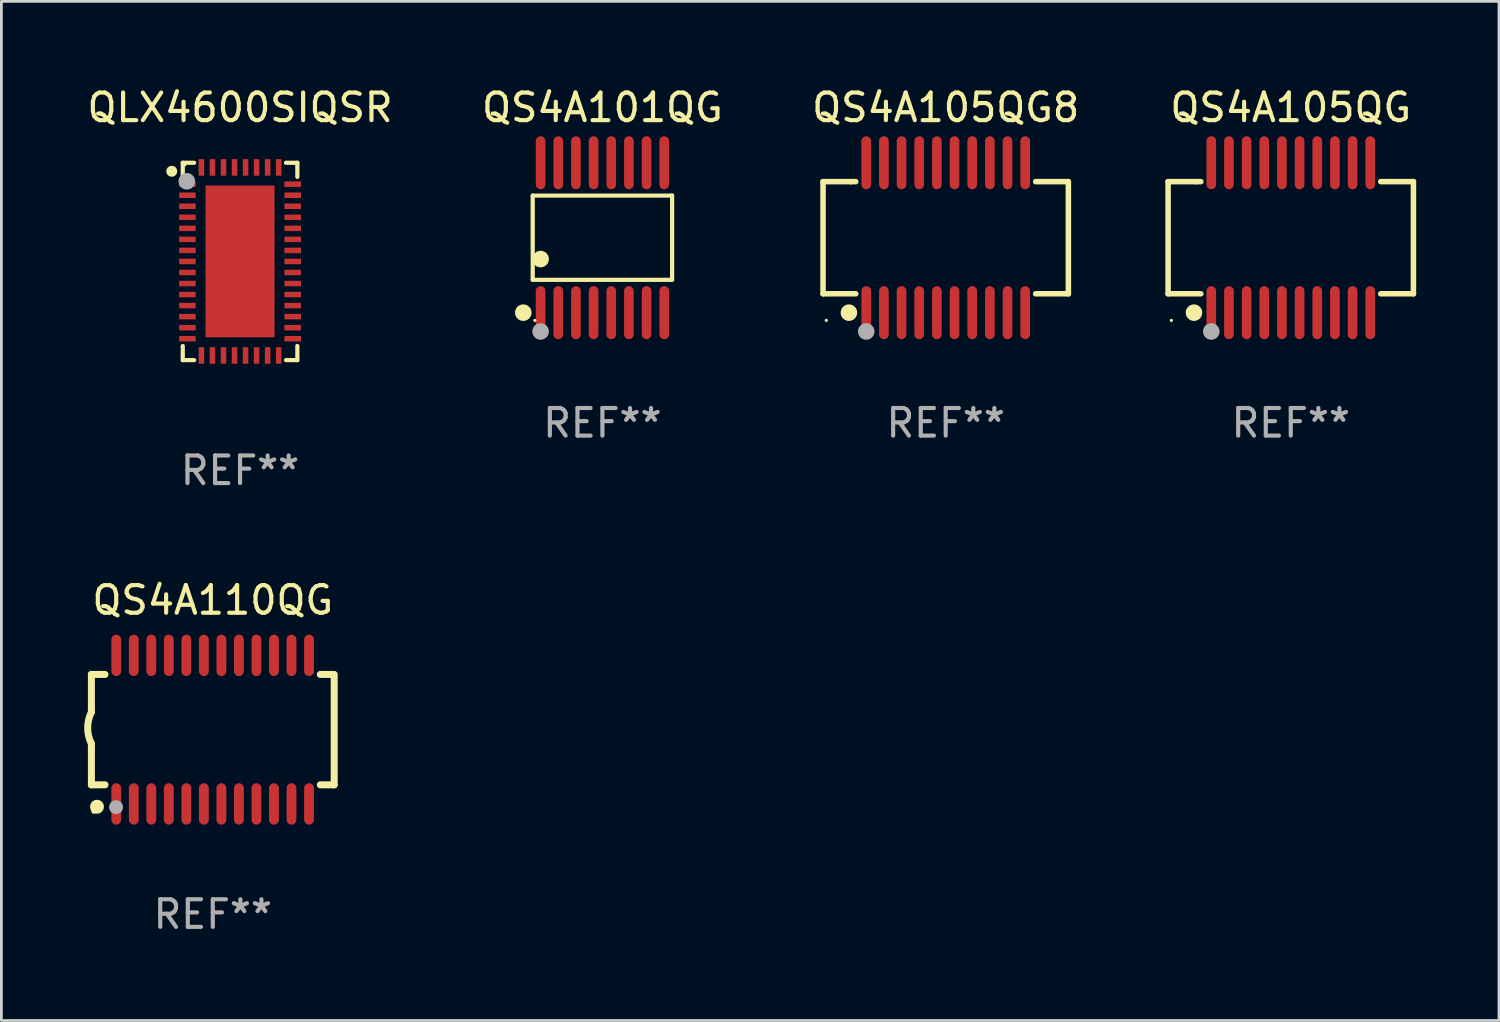
<source format=kicad_pcb>
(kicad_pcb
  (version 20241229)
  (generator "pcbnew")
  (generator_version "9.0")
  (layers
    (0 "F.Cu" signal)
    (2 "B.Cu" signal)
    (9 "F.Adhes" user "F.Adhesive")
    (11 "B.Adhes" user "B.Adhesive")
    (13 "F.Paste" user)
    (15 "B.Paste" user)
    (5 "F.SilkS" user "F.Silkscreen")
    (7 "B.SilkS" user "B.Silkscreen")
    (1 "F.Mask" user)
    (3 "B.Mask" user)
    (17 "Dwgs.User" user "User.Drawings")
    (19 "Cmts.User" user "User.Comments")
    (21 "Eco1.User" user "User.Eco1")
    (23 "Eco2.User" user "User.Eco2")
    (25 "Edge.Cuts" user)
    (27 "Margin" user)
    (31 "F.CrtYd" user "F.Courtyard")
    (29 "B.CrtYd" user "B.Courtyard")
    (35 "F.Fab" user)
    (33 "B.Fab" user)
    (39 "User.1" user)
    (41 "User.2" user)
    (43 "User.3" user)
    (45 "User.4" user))
  (footprint "QS4A105QG"
    (layer "F.Cu")
    (at 43.724 5.564)
    (property "Reference" "QS4A105QG" (at 0 -4.716 0) (layer "F.SilkS") (effects (font (size 1 1) (thickness 0.15))))
    (attr through_hole)
    (fp_line (start -4.445 -2.032) (end -4.445 2.032) (stroke (width 0.2) (type solid)) (layer "F.SilkS"))
    (fp_line (start -4.445 2.032) (end -3.259 2.032) (stroke (width 0.2) (type solid)) (layer "F.SilkS"))
    (fp_line (start -3.429 -2.032) (end -4.445 -2.032) (stroke (width 0.2) (type solid)) (layer "F.SilkS"))
    (fp_line (start -3.259 -2.032) (end -3.429 -2.032) (stroke (width 0.2) (type solid)) (layer "F.SilkS"))
    (fp_line (start 3.259 2.032) (end 4.445 2.032) (stroke (width 0.2) (type solid)) (layer "F.SilkS"))
    (fp_line (start 4.445 -2.032) (end 3.259 -2.032) (stroke (width 0.2) (type solid)) (layer "F.SilkS"))
    (fp_line (start 4.445 2.032) (end 4.445 -2.032) (stroke (width 0.2) (type solid)) (layer "F.SilkS"))
    (fp_circle (center -4.327 2.997) (end -4.297 2.997) (stroke (width 0.06) (type solid)) (fill no) (layer "F.SilkS"))
    (fp_circle (center -3.507 2.716) (end -3.357 2.716) (stroke (width 0.3) (type solid)) (fill no) (layer "F.SilkS"))
    (fp_circle (center -2.88 3.398) (end -2.73 3.398) (stroke (width 0.3) (type solid)) (fill no) (layer "F.Fab"))
    (fp_text user "REF**" (at 0 6.716 0) (layer "F.Fab") (effects (font (size 1 1) (thickness 0.15))))
    (pad "1" smd oval (at -2.88 2.716) (size 0.35 1.922) (layers "F.Cu" "F.Mask" "F.Paste"))
    (pad "2" smd oval (at -2.24 2.716) (size 0.35 1.922) (layers "F.Cu" "F.Mask" "F.Paste"))
    (pad "3" smd oval (at -1.6 2.716) (size 0.35 1.922) (layers "F.Cu" "F.Mask" "F.Paste"))
    (pad "4" smd oval (at -0.96 2.716) (size 0.35 1.922) (layers "F.Cu" "F.Mask" "F.Paste"))
    (pad "5" smd oval (at -0.32 2.716) (size 0.35 1.922) (layers "F.Cu" "F.Mask" "F.Paste"))
    (pad "6" smd oval (at 0.32 2.716) (size 0.35 1.922) (layers "F.Cu" "F.Mask" "F.Paste"))
    (pad "7" smd oval (at 0.96 2.716) (size 0.35 1.922) (layers "F.Cu" "F.Mask" "F.Paste"))
    (pad "8" smd oval (at 1.6 2.716) (size 0.35 1.922) (layers "F.Cu" "F.Mask" "F.Paste"))
    (pad "9" smd oval (at 2.24 2.716) (size 0.35 1.922) (layers "F.Cu" "F.Mask" "F.Paste"))
    (pad "10" smd oval (at 2.88 2.716) (size 0.35 1.922) (layers "F.Cu" "F.Mask" "F.Paste"))
    (pad "11" smd oval (at 2.88 -2.716) (size 0.35 1.922) (layers "F.Cu" "F.Mask" "F.Paste"))
    (pad "12" smd oval (at 2.24 -2.716) (size 0.35 1.922) (layers "F.Cu" "F.Mask" "F.Paste"))
    (pad "13" smd oval (at 1.6 -2.716) (size 0.35 1.922) (layers "F.Cu" "F.Mask" "F.Paste"))
    (pad "14" smd oval (at 0.96 -2.716) (size 0.35 1.922) (layers "F.Cu" "F.Mask" "F.Paste"))
    (pad "15" smd oval (at 0.32 -2.716) (size 0.35 1.922) (layers "F.Cu" "F.Mask" "F.Paste"))
    (pad "16" smd oval (at -0.32 -2.716) (size 0.35 1.922) (layers "F.Cu" "F.Mask" "F.Paste"))
    (pad "17" smd oval (at -0.96 -2.716) (size 0.35 1.922) (layers "F.Cu" "F.Mask" "F.Paste"))
    (pad "18" smd oval (at -1.6 -2.716) (size 0.35 1.922) (layers "F.Cu" "F.Mask" "F.Paste"))
    (pad "19" smd oval (at -2.24 -2.716) (size 0.35 1.922) (layers "F.Cu" "F.Mask" "F.Paste"))
    (pad "20" smd oval (at -2.88 -2.716) (size 0.35 1.922) (layers "F.Cu" "F.Mask" "F.Paste")))
  (footprint "QS4A105QG8"
    (layer "F.Cu")
    (at 31.22 5.564)
    (property "Reference" "QS4A105QG8" (at 0 -4.716 0) (layer "F.SilkS") (effects (font (size 1 1) (thickness 0.15))))
    (attr through_hole)
    (fp_line (start -4.445 -2.032) (end -4.445 2.032) (stroke (width 0.2) (type solid)) (layer "F.SilkS"))
    (fp_line (start -4.445 2.032) (end -3.259 2.032) (stroke (width 0.2) (type solid)) (layer "F.SilkS"))
    (fp_line (start -3.429 -2.032) (end -4.445 -2.032) (stroke (width 0.2) (type solid)) (layer "F.SilkS"))
    (fp_line (start -3.259 -2.032) (end -3.429 -2.032) (stroke (width 0.2) (type solid)) (layer "F.SilkS"))
    (fp_line (start 3.259 2.032) (end 4.445 2.032) (stroke (width 0.2) (type solid)) (layer "F.SilkS"))
    (fp_line (start 4.445 -2.032) (end 3.259 -2.032) (stroke (width 0.2) (type solid)) (layer "F.SilkS"))
    (fp_line (start 4.445 2.032) (end 4.445 -2.032) (stroke (width 0.2) (type solid)) (layer "F.SilkS"))
    (fp_circle (center -4.327 2.997) (end -4.297 2.997) (stroke (width 0.06) (type solid)) (fill no) (layer "F.SilkS"))
    (fp_circle (center -3.507 2.716) (end -3.357 2.716) (stroke (width 0.3) (type solid)) (fill no) (layer "F.SilkS"))
    (fp_circle (center -2.88 3.398) (end -2.73 3.398) (stroke (width 0.3) (type solid)) (fill no) (layer "F.Fab"))
    (fp_text user "REF**" (at 0 6.716 0) (layer "F.Fab") (effects (font (size 1 1) (thickness 0.15))))
    (pad "1" smd oval (at -2.88 2.716) (size 0.35 1.922) (layers "F.Cu" "F.Mask" "F.Paste"))
    (pad "2" smd oval (at -2.24 2.716) (size 0.35 1.922) (layers "F.Cu" "F.Mask" "F.Paste"))
    (pad "3" smd oval (at -1.6 2.716) (size 0.35 1.922) (layers "F.Cu" "F.Mask" "F.Paste"))
    (pad "4" smd oval (at -0.96 2.716) (size 0.35 1.922) (layers "F.Cu" "F.Mask" "F.Paste"))
    (pad "5" smd oval (at -0.32 2.716) (size 0.35 1.922) (layers "F.Cu" "F.Mask" "F.Paste"))
    (pad "6" smd oval (at 0.32 2.716) (size 0.35 1.922) (layers "F.Cu" "F.Mask" "F.Paste"))
    (pad "7" smd oval (at 0.96 2.716) (size 0.35 1.922) (layers "F.Cu" "F.Mask" "F.Paste"))
    (pad "8" smd oval (at 1.6 2.716) (size 0.35 1.922) (layers "F.Cu" "F.Mask" "F.Paste"))
    (pad "9" smd oval (at 2.24 2.716) (size 0.35 1.922) (layers "F.Cu" "F.Mask" "F.Paste"))
    (pad "10" smd oval (at 2.88 2.716) (size 0.35 1.922) (layers "F.Cu" "F.Mask" "F.Paste"))
    (pad "11" smd oval (at 2.88 -2.716) (size 0.35 1.922) (layers "F.Cu" "F.Mask" "F.Paste"))
    (pad "12" smd oval (at 2.24 -2.716) (size 0.35 1.922) (layers "F.Cu" "F.Mask" "F.Paste"))
    (pad "13" smd oval (at 1.6 -2.716) (size 0.35 1.922) (layers "F.Cu" "F.Mask" "F.Paste"))
    (pad "14" smd oval (at 0.96 -2.716) (size 0.35 1.922) (layers "F.Cu" "F.Mask" "F.Paste"))
    (pad "15" smd oval (at 0.32 -2.716) (size 0.35 1.922) (layers "F.Cu" "F.Mask" "F.Paste"))
    (pad "16" smd oval (at -0.32 -2.716) (size 0.35 1.922) (layers "F.Cu" "F.Mask" "F.Paste"))
    (pad "17" smd oval (at -0.96 -2.716) (size 0.35 1.922) (layers "F.Cu" "F.Mask" "F.Paste"))
    (pad "18" smd oval (at -1.6 -2.716) (size 0.35 1.922) (layers "F.Cu" "F.Mask" "F.Paste"))
    (pad "19" smd oval (at -2.24 -2.716) (size 0.35 1.922) (layers "F.Cu" "F.Mask" "F.Paste"))
    (pad "20" smd oval (at -2.88 -2.716) (size 0.35 1.922) (layers "F.Cu" "F.Mask" "F.Paste")))
  (footprint "QLX4600SIQSR"
    (layer "F.Cu")
    (at 5.649 6.424)
    (property "Reference" "QLX4600SIQSR" (at 0 -5.576 0) (layer "F.SilkS") (effects (font (size 1 1) (thickness 0.15))))
    (attr through_hole)
    (fp_line (start -2.076 -3.576) (end -1.664 -3.576) (stroke (width 0.152) (type solid)) (layer "F.SilkS"))
    (fp_line (start -2.076 -3.064) (end -2.076 -3.576) (stroke (width 0.152) (type solid)) (layer "F.SilkS"))
    (fp_line (start -2.076 3.064) (end -2.076 3.576) (stroke (width 0.152) (type solid)) (layer "F.SilkS"))
    (fp_line (start -2.076 3.576) (end -1.664 3.576) (stroke (width 0.152) (type solid)) (layer "F.SilkS"))
    (fp_line (start 2.076 -3.576) (end 1.664 -3.576) (stroke (width 0.152) (type solid)) (layer "F.SilkS"))
    (fp_line (start 2.076 -3.064) (end 2.076 -3.576) (stroke (width 0.152) (type solid)) (layer "F.SilkS"))
    (fp_line (start 2.076 3.064) (end 2.076 3.576) (stroke (width 0.152) (type solid)) (layer "F.SilkS"))
    (fp_line (start 2.076 3.576) (end 1.664 3.576) (stroke (width 0.152) (type solid)) (layer "F.SilkS"))
    (fp_circle (center -2.475 -3.267) (end -2.375 -3.267) (stroke (width 0.2) (type solid)) (fill no) (layer "F.SilkS"))
    (fp_circle (center -2 -3.5) (end -1.97 -3.5) (stroke (width 0.06) (type solid)) (fill no) (layer "F.SilkS"))
    (fp_circle (center -1.929 -2.905) (end -1.779 -2.905) (stroke (width 0.3) (type solid)) (fill no) (layer "F.Fab"))
    (fp_text user "REF**" (at 0 7.576 0) (layer "F.Fab") (effects (font (size 1 1) (thickness 0.15))))
    (pad "1" smd rect (at -1.908 -2.8) (size 0.6 0.2) (layers "F.Cu" "F.Mask" "F.Paste"))
    (pad "2" smd rect (at -1.908 -2.4) (size 0.6 0.2) (layers "F.Cu" "F.Mask" "F.Paste"))
    (pad "3" smd rect (at -1.908 -2) (size 0.6 0.2) (layers "F.Cu" "F.Mask" "F.Paste"))
    (pad "4" smd rect (at -1.908 -1.6) (size 0.6 0.2) (layers "F.Cu" "F.Mask" "F.Paste"))
    (pad "5" smd rect (at -1.908 -1.2) (size 0.6 0.2) (layers "F.Cu" "F.Mask" "F.Paste"))
    (pad "6" smd rect (at -1.908 -0.8) (size 0.6 0.2) (layers "F.Cu" "F.Mask" "F.Paste"))
    (pad "7" smd rect (at -1.908 -0.4) (size 0.6 0.2) (layers "F.Cu" "F.Mask" "F.Paste"))
    (pad "8" smd rect (at -1.908 0) (size 0.6 0.2) (layers "F.Cu" "F.Mask" "F.Paste"))
    (pad "9" smd rect (at -1.908 0.4) (size 0.6 0.2) (layers "F.Cu" "F.Mask" "F.Paste"))
    (pad "10" smd rect (at -1.908 0.8) (size 0.6 0.2) (layers "F.Cu" "F.Mask" "F.Paste"))
    (pad "11" smd rect (at -1.908 1.2) (size 0.6 0.2) (layers "F.Cu" "F.Mask" "F.Paste"))
    (pad "12" smd rect (at -1.908 1.6) (size 0.6 0.2) (layers "F.Cu" "F.Mask" "F.Paste"))
    (pad "13" smd rect (at -1.908 2) (size 0.6 0.2) (layers "F.Cu" "F.Mask" "F.Paste"))
    (pad "14" smd rect (at -1.908 2.4) (size 0.6 0.2) (layers "F.Cu" "F.Mask" "F.Paste"))
    (pad "15" smd rect (at -1.908 2.8) (size 0.6 0.2) (layers "F.Cu" "F.Mask" "F.Paste"))
    (pad "16" smd rect (at -1.4 3.407) (size 0.2 0.6) (layers "F.Cu" "F.Mask" "F.Paste"))
    (pad "17" smd rect (at -1 3.407) (size 0.2 0.6) (layers "F.Cu" "F.Mask" "F.Paste"))
    (pad "18" smd rect (at -0.6 3.407) (size 0.2 0.6) (layers "F.Cu" "F.Mask" "F.Paste"))
    (pad "19" smd rect (at -0.2 3.407) (size 0.2 0.6) (layers "F.Cu" "F.Mask" "F.Paste"))
    (pad "20" smd rect (at 0.2 3.407) (size 0.2 0.6) (layers "F.Cu" "F.Mask" "F.Paste"))
    (pad "21" smd rect (at 0.6 3.407) (size 0.2 0.6) (layers "F.Cu" "F.Mask" "F.Paste"))
    (pad "22" smd rect (at 1 3.407) (size 0.2 0.6) (layers "F.Cu" "F.Mask" "F.Paste"))
    (pad "23" smd rect (at 1.4 3.407) (size 0.2 0.6) (layers "F.Cu" "F.Mask" "F.Paste"))
    (pad "24" smd rect (at 1.908 2.8) (size 0.6 0.2) (layers "F.Cu" "F.Mask" "F.Paste"))
    (pad "25" smd rect (at 1.908 2.4) (size 0.6 0.2) (layers "F.Cu" "F.Mask" "F.Paste"))
    (pad "26" smd rect (at 1.908 2) (size 0.6 0.2) (layers "F.Cu" "F.Mask" "F.Paste"))
    (pad "27" smd rect (at 1.908 1.6) (size 0.6 0.2) (layers "F.Cu" "F.Mask" "F.Paste"))
    (pad "28" smd rect (at 1.908 1.2) (size 0.6 0.2) (layers "F.Cu" "F.Mask" "F.Paste"))
    (pad "29" smd rect (at 1.908 0.8) (size 0.6 0.2) (layers "F.Cu" "F.Mask" "F.Paste"))
    (pad "30" smd rect (at 1.908 0.4) (size 0.6 0.2) (layers "F.Cu" "F.Mask" "F.Paste"))
    (pad "31" smd rect (at 1.908 0) (size 0.6 0.2) (layers "F.Cu" "F.Mask" "F.Paste"))
    (pad "32" smd rect (at 1.908 -0.4) (size 0.6 0.2) (layers "F.Cu" "F.Mask" "F.Paste"))
    (pad "33" smd rect (at 1.908 -0.8) (size 0.6 0.2) (layers "F.Cu" "F.Mask" "F.Paste"))
    (pad "34" smd rect (at 1.908 -1.2) (size 0.6 0.2) (layers "F.Cu" "F.Mask" "F.Paste"))
    (pad "35" smd rect (at 1.908 -1.6) (size 0.6 0.2) (layers "F.Cu" "F.Mask" "F.Paste"))
    (pad "36" smd rect (at 1.908 -2) (size 0.6 0.2) (layers "F.Cu" "F.Mask" "F.Paste"))
    (pad "37" smd rect (at 1.908 -2.4) (size 0.6 0.2) (layers "F.Cu" "F.Mask" "F.Paste"))
    (pad "38" smd rect (at 1.908 -2.8) (size 0.6 0.2) (layers "F.Cu" "F.Mask" "F.Paste"))
    (pad "39" smd rect (at 1.4 -3.407) (size 0.2 0.6) (layers "F.Cu" "F.Mask" "F.Paste"))
    (pad "40" smd rect (at 1 -3.407) (size 0.2 0.6) (layers "F.Cu" "F.Mask" "F.Paste"))
    (pad "41" smd rect (at 0.6 -3.407) (size 0.2 0.6) (layers "F.Cu" "F.Mask" "F.Paste"))
    (pad "42" smd rect (at 0.2 -3.407) (size 0.2 0.6) (layers "F.Cu" "F.Mask" "F.Paste"))
    (pad "43" smd rect (at -0.2 -3.407) (size 0.2 0.6) (layers "F.Cu" "F.Mask" "F.Paste"))
    (pad "44" smd rect (at -0.6 -3.407) (size 0.2 0.6) (layers "F.Cu" "F.Mask" "F.Paste"))
    (pad "45" smd rect (at -1 -3.407) (size 0.2 0.6) (layers "F.Cu" "F.Mask" "F.Paste"))
    (pad "46" smd rect (at -1.4 -3.407) (size 0.2 0.6) (layers "F.Cu" "F.Mask" "F.Paste"))
    (pad "47" smd rect (at 0 0) (size 2.5 5.5) (layers "F.Cu" "F.Mask" "F.Paste")))
  (footprint "QS4A110QG"
    (layer "F.Cu")
    (at 4.661 23.39)
    (property "Reference" "QS4A110QG" (at 0 -4.692 0) (layer "F.SilkS") (effects (font (size 1 1) (thickness 0.15))))
    (attr through_hole)
    (fp_line (start -4.399 -2) (end -4.399 -0.635) (stroke (width 0.254) (type solid)) (layer "F.SilkS"))
    (fp_line (start -4.399 -2) (end -3.907 -2) (stroke (width 0.254) (type solid)) (layer "F.SilkS"))
    (fp_line (start -4.399 2) (end -4.399 0.508) (stroke (width 0.254) (type solid)) (layer "F.SilkS"))
    (fp_line (start -4.399 2) (end -3.907 2) (stroke (width 0.254) (type solid)) (layer "F.SilkS"))
    (fp_line (start 3.896 -2) (end 4.313 -2) (stroke (width 0.254) (type solid)) (layer "F.SilkS"))
    (fp_line (start 3.896 2) (end 4.399 2) (stroke (width 0.254) (type solid)) (layer "F.SilkS"))
    (fp_line (start 4.399 2) (end 4.399 -2) (stroke (width 0.254) (type solid)) (layer "F.SilkS"))
    (fp_arc (start -4.399301 0.508001) (mid -4.534214 -0.0635) (end -4.399301 -0.635001) (stroke (width 0.254001) (type solid)) (layer "F.SilkS"))
    (fp_circle (center -4.305 2.95) (end -4.255 2.95) (stroke (width 0.1) (type solid)) (fill no) (layer "F.SilkS"))
    (fp_circle (center -4.196 2.794) (end -4.069 2.794) (stroke (width 0.254) (type solid)) (fill no) (layer "F.SilkS"))
    (fp_circle (center -3.505 2.81) (end -3.378 2.81) (stroke (width 0.254) (type solid)) (fill no) (layer "F.Fab"))
    (fp_text user "REF**" (at 0 6.692 0) (layer "F.Fab") (effects (font (size 1 1) (thickness 0.15))))
    (pad "1" smd oval (at -3.498 2.692 90) (size 1.5 0.356) (layers "F.Cu" "F.Mask" "F.Paste"))
    (pad "2" smd oval (at -2.863 2.692 90) (size 1.5 0.356) (layers "F.Cu" "F.Mask" "F.Paste"))
    (pad "3" smd oval (at -2.228 2.692 90) (size 1.5 0.356) (layers "F.Cu" "F.Mask" "F.Paste"))
    (pad "4" smd oval (at -1.593 2.692 90) (size 1.5 0.356) (layers "F.Cu" "F.Mask" "F.Paste"))
    (pad "5" smd oval (at -0.958 2.692 90) (size 1.5 0.356) (layers "F.Cu" "F.Mask" "F.Paste"))
    (pad "6" smd oval (at -0.323 2.692 90) (size 1.5 0.356) (layers "F.Cu" "F.Mask" "F.Paste"))
    (pad "7" smd oval (at 0.312 2.692 90) (size 1.5 0.356) (layers "F.Cu" "F.Mask" "F.Paste"))
    (pad "8" smd oval (at 0.947 2.692 90) (size 1.5 0.356) (layers "F.Cu" "F.Mask" "F.Paste"))
    (pad "9" smd oval (at 1.582 2.692 90) (size 1.5 0.356) (layers "F.Cu" "F.Mask" "F.Paste"))
    (pad "10" smd oval (at 2.217 2.692 90) (size 1.5 0.356) (layers "F.Cu" "F.Mask" "F.Paste"))
    (pad "11" smd oval (at 2.852 2.692 90) (size 1.5 0.356) (layers "F.Cu" "F.Mask" "F.Paste"))
    (pad "12" smd oval (at 3.487 2.692 90) (size 1.5 0.356) (layers "F.Cu" "F.Mask" "F.Paste"))
    (pad "13" smd oval (at 3.487 -2.692 90) (size 1.5 0.356) (layers "F.Cu" "F.Mask" "F.Paste"))
    (pad "14" smd oval (at 2.852 -2.692 90) (size 1.5 0.356) (layers "F.Cu" "F.Mask" "F.Paste"))
    (pad "15" smd oval (at 2.217 -2.692 90) (size 1.5 0.356) (layers "F.Cu" "F.Mask" "F.Paste"))
    (pad "16" smd oval (at 1.582 -2.692 90) (size 1.5 0.356) (layers "F.Cu" "F.Mask" "F.Paste"))
    (pad "17" smd oval (at 0.947 -2.692 90) (size 1.5 0.356) (layers "F.Cu" "F.Mask" "F.Paste"))
    (pad "18" smd oval (at 0.312 -2.692 90) (size 1.5 0.356) (layers "F.Cu" "F.Mask" "F.Paste"))
    (pad "19" smd oval (at -0.323 -2.692 90) (size 1.5 0.356) (layers "F.Cu" "F.Mask" "F.Paste"))
    (pad "20" smd oval (at -0.958 -2.692 90) (size 1.5 0.356) (layers "F.Cu" "F.Mask" "F.Paste"))
    (pad "21" smd oval (at -1.593 -2.692 90) (size 1.5 0.356) (layers "F.Cu" "F.Mask" "F.Paste"))
    (pad "22" smd oval (at -2.228 -2.692 90) (size 1.5 0.356) (layers "F.Cu" "F.Mask" "F.Paste"))
    (pad "23" smd oval (at -2.863 -2.692 90) (size 1.5 0.356) (layers "F.Cu" "F.Mask" "F.Paste"))
    (pad "24" smd oval (at -3.498 -2.692 90) (size 1.5 0.356) (layers "F.Cu" "F.Mask" "F.Paste")))
  (footprint "QS4A101QG"
    (layer "F.Cu")
    (at 18.78 5.564)
    (property "Reference" "QS4A101QG" (at 0 -4.716 0) (layer "F.SilkS") (effects (font (size 1 1) (thickness 0.15))))
    (attr through_hole)
    (fp_line (start -2.526 -1.526) (end 2.526 -1.526) (stroke (width 0.152) (type solid)) (layer "F.SilkS"))
    (fp_line (start -2.526 1.526) (end -2.526 -1.526) (stroke (width 0.152) (type solid)) (layer "F.SilkS"))
    (fp_line (start 2.526 -1.526) (end 2.526 1.526) (stroke (width 0.152) (type solid)) (layer "F.SilkS"))
    (fp_line (start 2.526 1.526) (end -2.526 1.526) (stroke (width 0.152) (type solid)) (layer "F.SilkS"))
    (fp_circle (center -2.867 2.716) (end -2.717 2.716) (stroke (width 0.3) (type solid)) (fill no) (layer "F.SilkS"))
    (fp_circle (center -2.45 2.997) (end -2.42 2.997) (stroke (width 0.06) (type solid)) (fill no) (layer "F.SilkS"))
    (fp_circle (center -2.24 0.774) (end -2.09 0.774) (stroke (width 0.3) (type solid)) (fill no) (layer "F.SilkS"))
    (fp_circle (center -2.24 3.398) (end -2.09 3.398) (stroke (width 0.3) (type solid)) (fill no) (layer "F.Fab"))
    (fp_text user "REF**" (at 0 6.716 0) (layer "F.Fab") (effects (font (size 1 1) (thickness 0.15))))
    (pad "1" smd oval (at -2.24 2.716) (size 0.35 1.922) (layers "F.Cu" "F.Mask" "F.Paste"))
    (pad "2" smd oval (at -1.6 2.716) (size 0.35 1.922) (layers "F.Cu" "F.Mask" "F.Paste"))
    (pad "3" smd oval (at -0.96 2.716) (size 0.35 1.922) (layers "F.Cu" "F.Mask" "F.Paste"))
    (pad "4" smd oval (at -0.32 2.716) (size 0.35 1.922) (layers "F.Cu" "F.Mask" "F.Paste"))
    (pad "5" smd oval (at 0.32 2.716) (size 0.35 1.922) (layers "F.Cu" "F.Mask" "F.Paste"))
    (pad "6" smd oval (at 0.96 2.716) (size 0.35 1.922) (layers "F.Cu" "F.Mask" "F.Paste"))
    (pad "7" smd oval (at 1.6 2.716) (size 0.35 1.922) (layers "F.Cu" "F.Mask" "F.Paste"))
    (pad "8" smd oval (at 2.24 2.716) (size 0.35 1.922) (layers "F.Cu" "F.Mask" "F.Paste"))
    (pad "9" smd oval (at 2.24 -2.716) (size 0.35 1.922) (layers "F.Cu" "F.Mask" "F.Paste"))
    (pad "10" smd oval (at 1.6 -2.716) (size 0.35 1.922) (layers "F.Cu" "F.Mask" "F.Paste"))
    (pad "11" smd oval (at 0.96 -2.716) (size 0.35 1.922) (layers "F.Cu" "F.Mask" "F.Paste"))
    (pad "12" smd oval (at 0.32 -2.716) (size 0.35 1.922) (layers "F.Cu" "F.Mask" "F.Paste"))
    (pad "13" smd oval (at -0.32 -2.716) (size 0.35 1.922) (layers "F.Cu" "F.Mask" "F.Paste"))
    (pad "14" smd oval (at -0.96 -2.716) (size 0.35 1.922) (layers "F.Cu" "F.Mask" "F.Paste"))
    (pad "15" smd oval (at -1.6 -2.716) (size 0.35 1.922) (layers "F.Cu" "F.Mask" "F.Paste"))
    (pad "16" smd oval (at -2.24 -2.716) (size 0.35 1.922) (layers "F.Cu" "F.Mask" "F.Paste")))
  (gr_rect
    (start -3 -3)
    (end 51.269 33.93)
    (stroke (width 0.1) (type default))
    (fill no)
    (layer "Edge.Cuts")))
</source>
